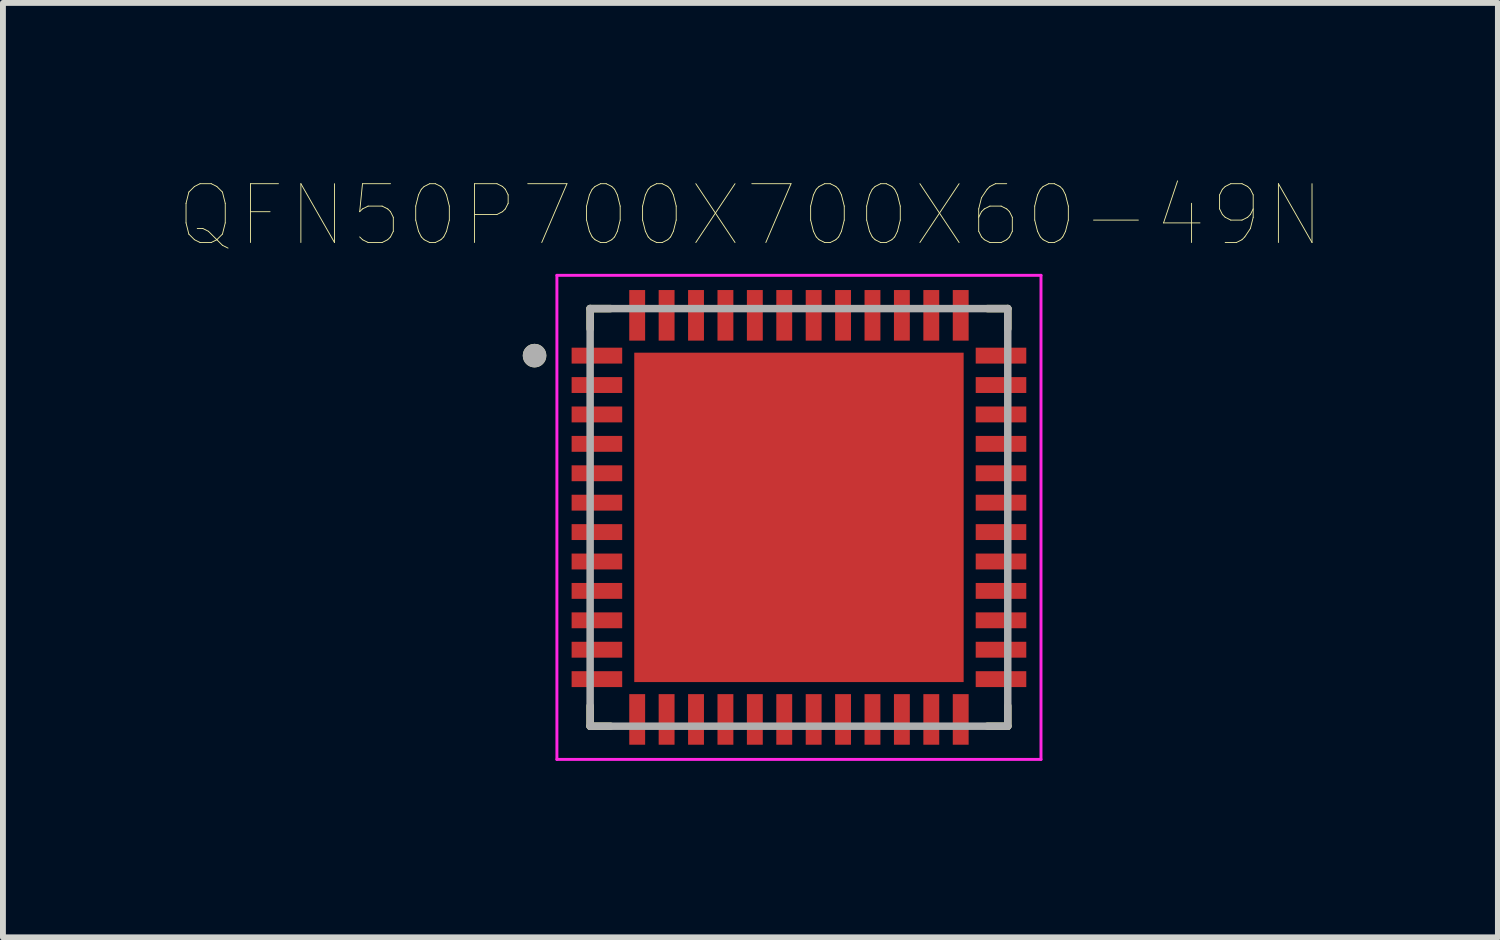
<source format=kicad_pcb>
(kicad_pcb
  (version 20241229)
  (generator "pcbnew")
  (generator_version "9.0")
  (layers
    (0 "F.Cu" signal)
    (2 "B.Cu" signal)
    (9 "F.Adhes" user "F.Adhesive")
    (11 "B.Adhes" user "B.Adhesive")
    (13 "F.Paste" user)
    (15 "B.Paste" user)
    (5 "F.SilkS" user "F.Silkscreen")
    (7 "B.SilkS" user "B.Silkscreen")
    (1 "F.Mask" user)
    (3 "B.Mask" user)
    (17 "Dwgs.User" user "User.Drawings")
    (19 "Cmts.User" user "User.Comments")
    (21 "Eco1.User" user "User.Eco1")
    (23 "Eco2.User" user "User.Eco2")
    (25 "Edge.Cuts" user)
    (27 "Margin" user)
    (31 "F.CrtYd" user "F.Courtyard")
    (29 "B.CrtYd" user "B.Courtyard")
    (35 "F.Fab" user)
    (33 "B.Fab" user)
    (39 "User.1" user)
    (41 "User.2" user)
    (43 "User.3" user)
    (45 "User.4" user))
  (footprint "QFN50P700X700X60-49N"
    (layer "F.Cu")
    (at 10.533 5.746)
    (property "Reference" "QFN50P700X700X60-49N" (at -0.825 -5.135 0) (layer "F.SilkS") (effects (font (size 1 1) (thickness 0.015))))
    (attr through_hole)
    (fp_line (start -3.55 -3.55) (end -3.55 -3.205) (stroke (width 0.127) (type solid)) (layer "F.SilkS"))
    (fp_line (start -3.55 -3.55) (end -3.205 -3.55) (stroke (width 0.127) (type solid)) (layer "F.SilkS"))
    (fp_line (start -3.55 3.55) (end -3.55 3.205) (stroke (width 0.127) (type solid)) (layer "F.SilkS"))
    (fp_line (start -3.55 3.55) (end -3.205 3.55) (stroke (width 0.127) (type solid)) (layer "F.SilkS"))
    (fp_line (start 3.55 -3.55) (end 3.205 -3.55) (stroke (width 0.127) (type solid)) (layer "F.SilkS"))
    (fp_line (start 3.55 -3.55) (end 3.55 -3.205) (stroke (width 0.127) (type solid)) (layer "F.SilkS"))
    (fp_line (start 3.55 3.55) (end 3.205 3.55) (stroke (width 0.127) (type solid)) (layer "F.SilkS"))
    (fp_line (start 3.55 3.55) (end 3.55 3.205) (stroke (width 0.127) (type solid)) (layer "F.SilkS"))
    (fp_circle (center -4.495 -2.75) (end -4.395 -2.75) (stroke (width 0.2) (type solid)) (fill no) (layer "F.SilkS"))
    (fp_poly (pts (xy -2.29 -2.29) (xy -0.51 -2.29) (xy -0.51 -0.51) (xy -2.29 -0.51)) (stroke (width 0.01) (type solid)) (fill yes) (layer "F.Paste"))
    (fp_poly (pts (xy -2.29 0.51) (xy -0.51 0.51) (xy -0.51 2.29) (xy -2.29 2.29)) (stroke (width 0.01) (type solid)) (fill yes) (layer "F.Paste"))
    (fp_poly (pts (xy 0.51 -2.29) (xy 2.29 -2.29) (xy 2.29 -0.51) (xy 0.51 -0.51)) (stroke (width 0.01) (type solid)) (fill yes) (layer "F.Paste"))
    (fp_poly (pts (xy 0.51 0.51) (xy 2.29 0.51) (xy 2.29 2.29) (xy 0.51 2.29)) (stroke (width 0.01) (type solid)) (fill yes) (layer "F.Paste"))
    (fp_line (start -4.115 -4.115) (end 4.115 -4.115) (stroke (width 0.05) (type solid)) (layer "F.CrtYd"))
    (fp_line (start -4.115 4.115) (end -4.115 -4.115) (stroke (width 0.05) (type solid)) (layer "F.CrtYd"))
    (fp_line (start -4.115 4.115) (end 4.115 4.115) (stroke (width 0.05) (type solid)) (layer "F.CrtYd"))
    (fp_line (start 4.115 4.115) (end 4.115 -4.115) (stroke (width 0.05) (type solid)) (layer "F.CrtYd"))
    (fp_line (start -3.55 3.55) (end -3.55 -3.55) (stroke (width 0.127) (type solid)) (layer "F.Fab"))
    (fp_line (start 3.55 -3.55) (end -3.55 -3.55) (stroke (width 0.127) (type solid)) (layer "F.Fab"))
    (fp_line (start 3.55 3.55) (end -3.55 3.55) (stroke (width 0.127) (type solid)) (layer "F.Fab"))
    (fp_line (start 3.55 3.55) (end 3.55 -3.55) (stroke (width 0.127) (type solid)) (layer "F.Fab"))
    (fp_circle (center -4.495 -2.75) (end -4.395 -2.75) (stroke (width 0.2) (type solid)) (fill no) (layer "F.Fab"))
    (pad "1" smd rect (at -3.435 -2.75) (size 0.86 0.27) (layers "F.Cu" "F.Mask" "F.Paste"))
    (pad "2" smd rect (at -3.435 -2.25) (size 0.86 0.27) (layers "F.Cu" "F.Mask" "F.Paste"))
    (pad "3" smd rect (at -3.435 -1.75) (size 0.86 0.27) (layers "F.Cu" "F.Mask" "F.Paste"))
    (pad "4" smd rect (at -3.435 -1.25) (size 0.86 0.27) (layers "F.Cu" "F.Mask" "F.Paste"))
    (pad "5" smd rect (at -3.435 -0.75) (size 0.86 0.27) (layers "F.Cu" "F.Mask" "F.Paste"))
    (pad "6" smd rect (at -3.435 -0.25) (size 0.86 0.27) (layers "F.Cu" "F.Mask" "F.Paste"))
    (pad "7" smd rect (at -3.435 0.25) (size 0.86 0.27) (layers "F.Cu" "F.Mask" "F.Paste"))
    (pad "8" smd rect (at -3.435 0.75) (size 0.86 0.27) (layers "F.Cu" "F.Mask" "F.Paste"))
    (pad "9" smd rect (at -3.435 1.25) (size 0.86 0.27) (layers "F.Cu" "F.Mask" "F.Paste"))
    (pad "10" smd rect (at -3.435 1.75) (size 0.86 0.27) (layers "F.Cu" "F.Mask" "F.Paste"))
    (pad "11" smd rect (at -3.435 2.25) (size 0.86 0.27) (layers "F.Cu" "F.Mask" "F.Paste"))
    (pad "12" smd rect (at -3.435 2.75) (size 0.86 0.27) (layers "F.Cu" "F.Mask" "F.Paste"))
    (pad "13" smd rect (at -2.75 3.435) (size 0.27 0.86) (layers "F.Cu" "F.Mask" "F.Paste"))
    (pad "14" smd rect (at -2.25 3.435) (size 0.27 0.86) (layers "F.Cu" "F.Mask" "F.Paste"))
    (pad "15" smd rect (at -1.75 3.435) (size 0.27 0.86) (layers "F.Cu" "F.Mask" "F.Paste"))
    (pad "16" smd rect (at -1.25 3.435) (size 0.27 0.86) (layers "F.Cu" "F.Mask" "F.Paste"))
    (pad "17" smd rect (at -0.75 3.435) (size 0.27 0.86) (layers "F.Cu" "F.Mask" "F.Paste"))
    (pad "18" smd rect (at -0.25 3.435) (size 0.27 0.86) (layers "F.Cu" "F.Mask" "F.Paste"))
    (pad "19" smd rect (at 0.25 3.435) (size 0.27 0.86) (layers "F.Cu" "F.Mask" "F.Paste"))
    (pad "20" smd rect (at 0.75 3.435) (size 0.27 0.86) (layers "F.Cu" "F.Mask" "F.Paste"))
    (pad "21" smd rect (at 1.25 3.435) (size 0.27 0.86) (layers "F.Cu" "F.Mask" "F.Paste"))
    (pad "22" smd rect (at 1.75 3.435) (size 0.27 0.86) (layers "F.Cu" "F.Mask" "F.Paste"))
    (pad "23" smd rect (at 2.25 3.435) (size 0.27 0.86) (layers "F.Cu" "F.Mask" "F.Paste"))
    (pad "24" smd rect (at 2.75 3.435) (size 0.27 0.86) (layers "F.Cu" "F.Mask" "F.Paste"))
    (pad "25" smd rect (at 3.435 2.75) (size 0.86 0.27) (layers "F.Cu" "F.Mask" "F.Paste"))
    (pad "26" smd rect (at 3.435 2.25) (size 0.86 0.27) (layers "F.Cu" "F.Mask" "F.Paste"))
    (pad "27" smd rect (at 3.435 1.75) (size 0.86 0.27) (layers "F.Cu" "F.Mask" "F.Paste"))
    (pad "28" smd rect (at 3.435 1.25) (size 0.86 0.27) (layers "F.Cu" "F.Mask" "F.Paste"))
    (pad "29" smd rect (at 3.435 0.75) (size 0.86 0.27) (layers "F.Cu" "F.Mask" "F.Paste"))
    (pad "30" smd rect (at 3.435 0.25) (size 0.86 0.27) (layers "F.Cu" "F.Mask" "F.Paste"))
    (pad "31" smd rect (at 3.435 -0.25) (size 0.86 0.27) (layers "F.Cu" "F.Mask" "F.Paste"))
    (pad "32" smd rect (at 3.435 -0.75) (size 0.86 0.27) (layers "F.Cu" "F.Mask" "F.Paste"))
    (pad "33" smd rect (at 3.435 -1.25) (size 0.86 0.27) (layers "F.Cu" "F.Mask" "F.Paste"))
    (pad "34" smd rect (at 3.435 -1.75) (size 0.86 0.27) (layers "F.Cu" "F.Mask" "F.Paste"))
    (pad "35" smd rect (at 3.435 -2.25) (size 0.86 0.27) (layers "F.Cu" "F.Mask" "F.Paste"))
    (pad "36" smd rect (at 3.435 -2.75) (size 0.86 0.27) (layers "F.Cu" "F.Mask" "F.Paste"))
    (pad "37" smd rect (at 2.75 -3.435) (size 0.27 0.86) (layers "F.Cu" "F.Mask" "F.Paste"))
    (pad "38" smd rect (at 2.25 -3.435) (size 0.27 0.86) (layers "F.Cu" "F.Mask" "F.Paste"))
    (pad "39" smd rect (at 1.75 -3.435) (size 0.27 0.86) (layers "F.Cu" "F.Mask" "F.Paste"))
    (pad "40" smd rect (at 1.25 -3.435) (size 0.27 0.86) (layers "F.Cu" "F.Mask" "F.Paste"))
    (pad "41" smd rect (at 0.75 -3.435) (size 0.27 0.86) (layers "F.Cu" "F.Mask" "F.Paste"))
    (pad "42" smd rect (at 0.25 -3.435) (size 0.27 0.86) (layers "F.Cu" "F.Mask" "F.Paste"))
    (pad "43" smd rect (at -0.25 -3.435) (size 0.27 0.86) (layers "F.Cu" "F.Mask" "F.Paste"))
    (pad "44" smd rect (at -0.75 -3.435) (size 0.27 0.86) (layers "F.Cu" "F.Mask" "F.Paste"))
    (pad "45" smd rect (at -1.25 -3.435) (size 0.27 0.86) (layers "F.Cu" "F.Mask" "F.Paste"))
    (pad "46" smd rect (at -1.75 -3.435) (size 0.27 0.86) (layers "F.Cu" "F.Mask" "F.Paste"))
    (pad "47" smd rect (at -2.25 -3.435) (size 0.27 0.86) (layers "F.Cu" "F.Mask" "F.Paste"))
    (pad "48" smd rect (at -2.75 -3.435) (size 0.27 0.86) (layers "F.Cu" "F.Mask" "F.Paste"))
    (pad "49" smd rect (at 0 0) (size 5.6 5.6) (layers "F.Cu" "F.Mask")))
  (gr_rect
    (start -3 -3)
    (end 22.416 12.886)
    (stroke (width 0.1) (type default))
    (fill no)
    (layer "Edge.Cuts")))
</source>
